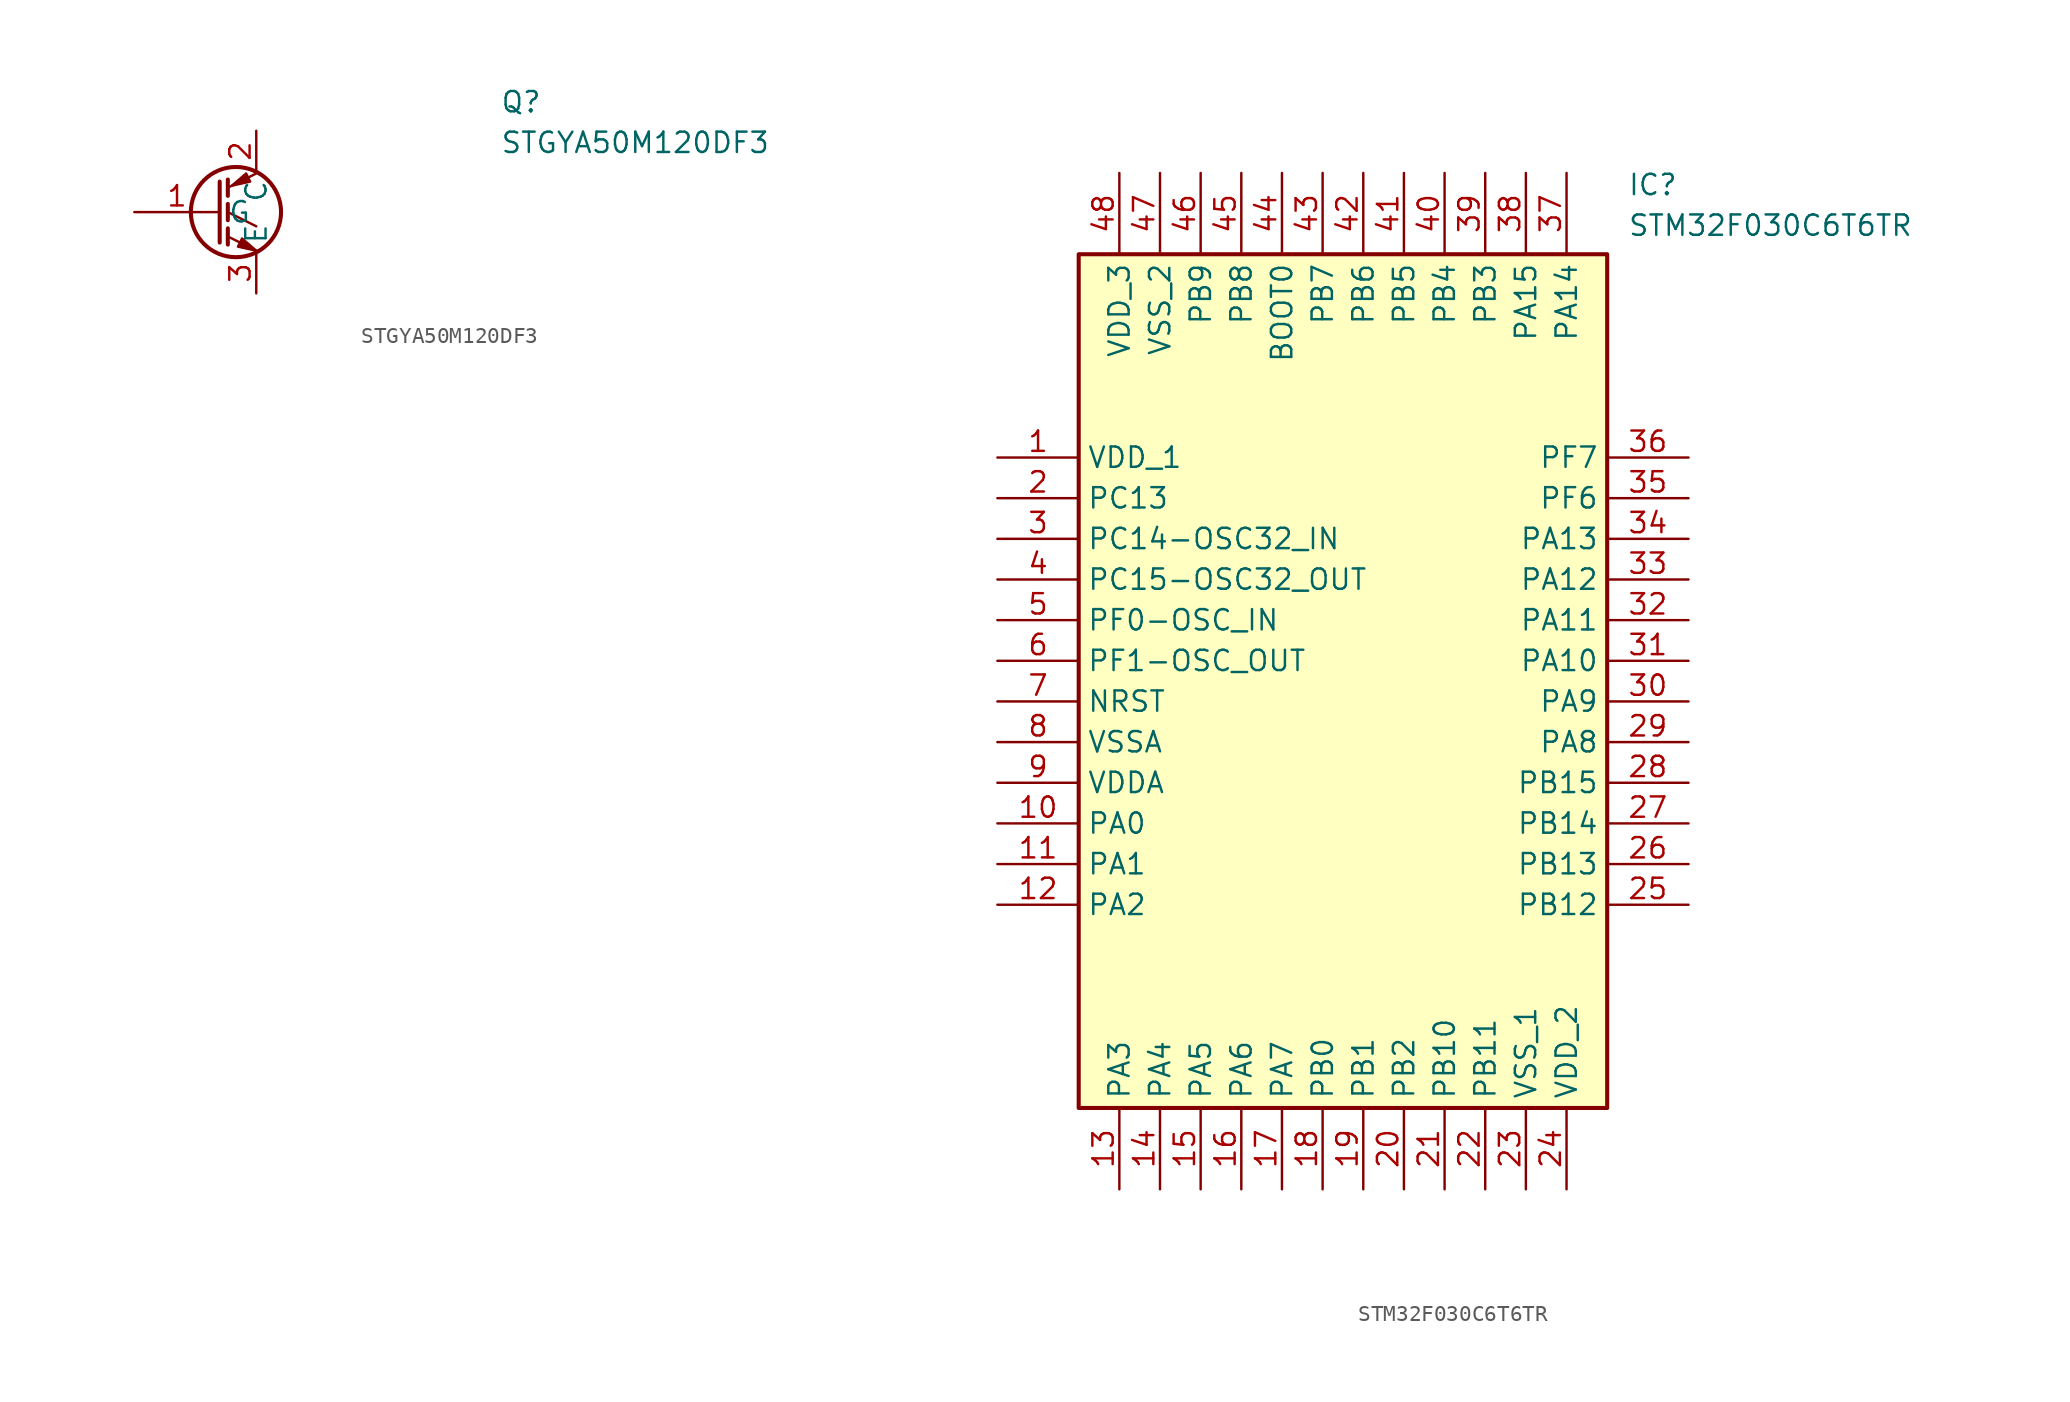
<source format=kicad_sym>
(kicad_symbol_lib
  (version 20241209)
  (generator "kicad_symbol_editor")
  (generator_version "9.0")
  (symbol "STGYA50M120DF3"
    (property "Reference" "Q"
      (at 16.51 7.62 0)
      (effects (font (size 1.27 1.27)) (justify left top)))
    (property "Value" "STGYA50M120DF3"
      (at 16.51 5.08 0)
      (effects (font (size 1.27 1.27)) (justify left top)))
    (symbol "STGYA50M120DF3_0_1"
      (polyline (pts (xy -1.016 1.905) (xy -1.016 -1.905) (xy -1.016 -1.905)) (stroke (width 0.254) (type default)) (fill (type none)))
      (polyline (pts (xy -0.508 2.032) (xy -0.508 1.016)) (stroke (width 0.254) (type default)) (fill (type none)))
      (polyline (pts (xy -0.508 0.508) (xy -0.508 -0.508)) (stroke (width 0.254) (type default)) (fill (type none)))
      (polyline (pts (xy -0.508 -1.016) (xy -0.508 -2.032)) (stroke (width 0.254) (type default)) (fill (type none)))
      (circle (center 0 0) (radius 2.819) (stroke (width 0.254) (type default)) (fill (type none)))
      (polyline (pts (xy 0.127 -2.159) (xy 0.381 -1.651) (xy 1.27 -2.413) (xy 0.127 -2.159)) (stroke (width 0) (type default)) (fill (type outline)))
      (polyline (pts (xy 0.889 1.905) (xy 0.635 2.413) (xy -0.254 1.651) (xy 0.889 1.905)) (stroke (width 0) (type default)) (fill (type outline)))
      (polyline (pts (xy 1.27 2.413) (xy -0.508 1.524)) (stroke (width 0) (type default)) (fill (type none)))
      (polyline (pts (xy 1.27 -0.889) (xy -0.508 0)) (stroke (width 0) (type default)) (fill (type none)))
      (polyline (pts (xy 1.27 -2.413) (xy -0.508 -1.524)) (stroke (width 0) (type default)) (fill (type none))))
    (symbol "STGYA50M120DF3_1_1"
      (pin input line (at -6.35 0 0) (length 5.334) (name "G" (effects (font (size 1.27 1.27)))) (number "1" (effects (font (size 1.27 1.27)))))
      (pin passive line (at 1.27 5.08 270) (length 2.54) (name "C" (effects (font (size 1.27 1.27)))) (number "2" (effects (font (size 1.27 1.27)))))
      (pin passive line (at 1.27 -5.08 90) (length 2.54) (name "E" (effects (font (size 1.27 1.27)))) (number "3" (effects (font (size 1.27 1.27)))))))
  (symbol "STM32F030C6T6TR"
    (property "Reference" "IC"
      (at 39.37 17.78 0)
      (effects (font (size 1.27 1.27)) (justify left top)))
    (property "Value" "STM32F030C6T6TR"
      (at 39.37 15.24 0)
      (effects (font (size 1.27 1.27)) (justify left top)))
    (symbol "STM32F030C6T6TR_1_1"
      (rectangle (start 5.08 12.7) (end 38.1 -40.64) (stroke (width 0.254) (type default)) (fill (type background)))
      (pin passive line (at 0 0 0) (length 5.08) (name "VDD_1" (effects (font (size 1.27 1.27)))) (number "1" (effects (font (size 1.27 1.27)))))
      (pin passive line (at 0 -2.54 0) (length 5.08) (name "PC13" (effects (font (size 1.27 1.27)))) (number "2" (effects (font (size 1.27 1.27)))))
      (pin passive line (at 0 -5.08 0) (length 5.08) (name "PC14-OSC32_IN" (effects (font (size 1.27 1.27)))) (number "3" (effects (font (size 1.27 1.27)))))
      (pin passive line (at 0 -7.62 0) (length 5.08) (name "PC15-OSC32_OUT" (effects (font (size 1.27 1.27)))) (number "4" (effects (font (size 1.27 1.27)))))
      (pin passive line (at 0 -10.16 0) (length 5.08) (name "PF0-OSC_IN" (effects (font (size 1.27 1.27)))) (number "5" (effects (font (size 1.27 1.27)))))
      (pin passive line (at 0 -12.7 0) (length 5.08) (name "PF1-OSC_OUT" (effects (font (size 1.27 1.27)))) (number "6" (effects (font (size 1.27 1.27)))))
      (pin passive line (at 0 -15.24 0) (length 5.08) (name "NRST" (effects (font (size 1.27 1.27)))) (number "7" (effects (font (size 1.27 1.27)))))
      (pin passive line (at 0 -17.78 0) (length 5.08) (name "VSSA" (effects (font (size 1.27 1.27)))) (number "8" (effects (font (size 1.27 1.27)))))
      (pin passive line (at 0 -20.32 0) (length 5.08) (name "VDDA" (effects (font (size 1.27 1.27)))) (number "9" (effects (font (size 1.27 1.27)))))
      (pin passive line (at 0 -22.86 0) (length 5.08) (name "PA0" (effects (font (size 1.27 1.27)))) (number "10" (effects (font (size 1.27 1.27)))))
      (pin passive line (at 0 -25.4 0) (length 5.08) (name "PA1" (effects (font (size 1.27 1.27)))) (number "11" (effects (font (size 1.27 1.27)))))
      (pin passive line (at 0 -27.94 0) (length 5.08) (name "PA2" (effects (font (size 1.27 1.27)))) (number "12" (effects (font (size 1.27 1.27)))))
      (pin passive line (at 7.62 17.78 270) (length 5.08) (name "VDD_3" (effects (font (size 1.27 1.27)))) (number "48" (effects (font (size 1.27 1.27)))))
      (pin passive line (at 7.62 -45.72 90) (length 5.08) (name "PA3" (effects (font (size 1.27 1.27)))) (number "13" (effects (font (size 1.27 1.27)))))
      (pin passive line (at 10.16 17.78 270) (length 5.08) (name "VSS_2" (effects (font (size 1.27 1.27)))) (number "47" (effects (font (size 1.27 1.27)))))
      (pin passive line (at 10.16 -45.72 90) (length 5.08) (name "PA4" (effects (font (size 1.27 1.27)))) (number "14" (effects (font (size 1.27 1.27)))))
      (pin passive line (at 12.7 17.78 270) (length 5.08) (name "PB9" (effects (font (size 1.27 1.27)))) (number "46" (effects (font (size 1.27 1.27)))))
      (pin passive line (at 12.7 -45.72 90) (length 5.08) (name "PA5" (effects (font (size 1.27 1.27)))) (number "15" (effects (font (size 1.27 1.27)))))
      (pin passive line (at 15.24 17.78 270) (length 5.08) (name "PB8" (effects (font (size 1.27 1.27)))) (number "45" (effects (font (size 1.27 1.27)))))
      (pin passive line (at 15.24 -45.72 90) (length 5.08) (name "PA6" (effects (font (size 1.27 1.27)))) (number "16" (effects (font (size 1.27 1.27)))))
      (pin passive line (at 17.78 17.78 270) (length 5.08) (name "BOOT0" (effects (font (size 1.27 1.27)))) (number "44" (effects (font (size 1.27 1.27)))))
      (pin passive line (at 17.78 -45.72 90) (length 5.08) (name "PA7" (effects (font (size 1.27 1.27)))) (number "17" (effects (font (size 1.27 1.27)))))
      (pin passive line (at 20.32 17.78 270) (length 5.08) (name "PB7" (effects (font (size 1.27 1.27)))) (number "43" (effects (font (size 1.27 1.27)))))
      (pin passive line (at 20.32 -45.72 90) (length 5.08) (name "PB0" (effects (font (size 1.27 1.27)))) (number "18" (effects (font (size 1.27 1.27)))))
      (pin passive line (at 22.86 17.78 270) (length 5.08) (name "PB6" (effects (font (size 1.27 1.27)))) (number "42" (effects (font (size 1.27 1.27)))))
      (pin passive line (at 22.86 -45.72 90) (length 5.08) (name "PB1" (effects (font (size 1.27 1.27)))) (number "19" (effects (font (size 1.27 1.27)))))
      (pin passive line (at 25.4 17.78 270) (length 5.08) (name "PB5" (effects (font (size 1.27 1.27)))) (number "41" (effects (font (size 1.27 1.27)))))
      (pin passive line (at 25.4 -45.72 90) (length 5.08) (name "PB2" (effects (font (size 1.27 1.27)))) (number "20" (effects (font (size 1.27 1.27)))))
      (pin passive line (at 27.94 17.78 270) (length 5.08) (name "PB4" (effects (font (size 1.27 1.27)))) (number "40" (effects (font (size 1.27 1.27)))))
      (pin passive line (at 27.94 -45.72 90) (length 5.08) (name "PB10" (effects (font (size 1.27 1.27)))) (number "21" (effects (font (size 1.27 1.27)))))
      (pin passive line (at 30.48 17.78 270) (length 5.08) (name "PB3" (effects (font (size 1.27 1.27)))) (number "39" (effects (font (size 1.27 1.27)))))
      (pin passive line (at 30.48 -45.72 90) (length 5.08) (name "PB11" (effects (font (size 1.27 1.27)))) (number "22" (effects (font (size 1.27 1.27)))))
      (pin passive line (at 33.02 17.78 270) (length 5.08) (name "PA15" (effects (font (size 1.27 1.27)))) (number "38" (effects (font (size 1.27 1.27)))))
      (pin passive line (at 33.02 -45.72 90) (length 5.08) (name "VSS_1" (effects (font (size 1.27 1.27)))) (number "23" (effects (font (size 1.27 1.27)))))
      (pin passive line (at 35.56 17.78 270) (length 5.08) (name "PA14" (effects (font (size 1.27 1.27)))) (number "37" (effects (font (size 1.27 1.27)))))
      (pin passive line (at 35.56 -45.72 90) (length 5.08) (name "VDD_2" (effects (font (size 1.27 1.27)))) (number "24" (effects (font (size 1.27 1.27)))))
      (pin passive line (at 43.18 0 180) (length 5.08) (name "PF7" (effects (font (size 1.27 1.27)))) (number "36" (effects (font (size 1.27 1.27)))))
      (pin passive line (at 43.18 -2.54 180) (length 5.08) (name "PF6" (effects (font (size 1.27 1.27)))) (number "35" (effects (font (size 1.27 1.27)))))
      (pin passive line (at 43.18 -5.08 180) (length 5.08) (name "PA13" (effects (font (size 1.27 1.27)))) (number "34" (effects (font (size 1.27 1.27)))))
      (pin passive line (at 43.18 -7.62 180) (length 5.08) (name "PA12" (effects (font (size 1.27 1.27)))) (number "33" (effects (font (size 1.27 1.27)))))
      (pin passive line (at 43.18 -10.16 180) (length 5.08) (name "PA11" (effects (font (size 1.27 1.27)))) (number "32" (effects (font (size 1.27 1.27)))))
      (pin passive line (at 43.18 -12.7 180) (length 5.08) (name "PA10" (effects (font (size 1.27 1.27)))) (number "31" (effects (font (size 1.27 1.27)))))
      (pin passive line (at 43.18 -15.24 180) (length 5.08) (name "PA9" (effects (font (size 1.27 1.27)))) (number "30" (effects (font (size 1.27 1.27)))))
      (pin passive line (at 43.18 -17.78 180) (length 5.08) (name "PA8" (effects (font (size 1.27 1.27)))) (number "29" (effects (font (size 1.27 1.27)))))
      (pin passive line (at 43.18 -20.32 180) (length 5.08) (name "PB15" (effects (font (size 1.27 1.27)))) (number "28" (effects (font (size 1.27 1.27)))))
      (pin passive line (at 43.18 -22.86 180) (length 5.08) (name "PB14" (effects (font (size 1.27 1.27)))) (number "27" (effects (font (size 1.27 1.27)))))
      (pin passive line (at 43.18 -25.4 180) (length 5.08) (name "PB13" (effects (font (size 1.27 1.27)))) (number "26" (effects (font (size 1.27 1.27)))))
      (pin passive line (at 43.18 -27.94 180) (length 5.08) (name "PB12" (effects (font (size 1.27 1.27)))) (number "25" (effects (font (size 1.27 1.27))))))))
</source>
